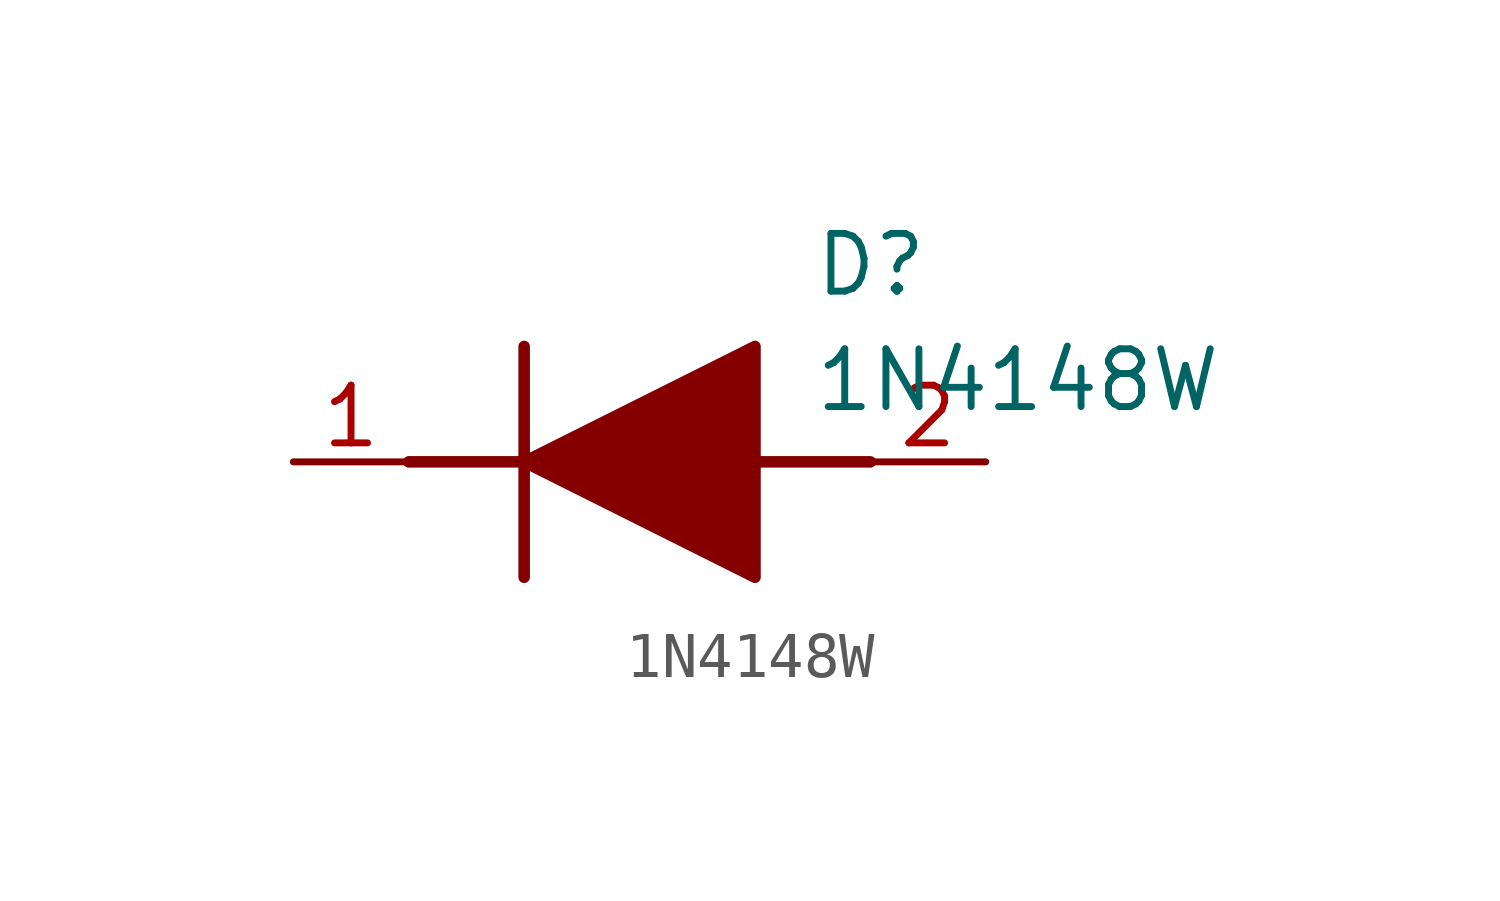
<source format=kicad_sym>
(kicad_symbol_lib
  (version 20211014)
  (generator SamacSys_ECAD_Model)
  (symbol "1N4148W"
    (pin_names hide)
    (property "Reference" "D"
      (at 11.43 5.08 0)
      (effects (font (size 1.27 1.27)) (justify left top)))
    (property "Value" "1N4148W"
      (at 11.43 2.54 0)
      (effects (font (size 1.27 1.27)) (justify left top)))
    (polyline
      (pts (xy 5.08 2.54) (xy 5.08 -2.54))
      (stroke (width 0.254) (type default))
      (fill (type none)))
    (polyline
      (pts (xy 2.54 0) (xy 5.08 0))
      (stroke (width 0.254) (type default))
      (fill (type none)))
    (polyline
      (pts (xy 10.16 0) (xy 12.7 0))
      (stroke (width 0.254) (type default))
      (fill (type none)))
    (polyline
      (pts (xy 5.08 0) (xy 10.16 2.54) (xy 10.16 -2.54) (xy 5.08 0))
      (stroke (width 0.254) (type default))
      (fill (type outline)))
    (pin passive line
      (at 0 0 0)
      (length 2.54)
      (name "K" (effects (font (size 1.27 1.27))))
      (number "1" (effects (font (size 1.27 1.27)))))
    (pin passive line
      (at 15.24 0 180)
      (length 2.54)
      (name "A" (effects (font (size 1.27 1.27))))
      (number "2" (effects (font (size 1.27 1.27)))))))
</source>
